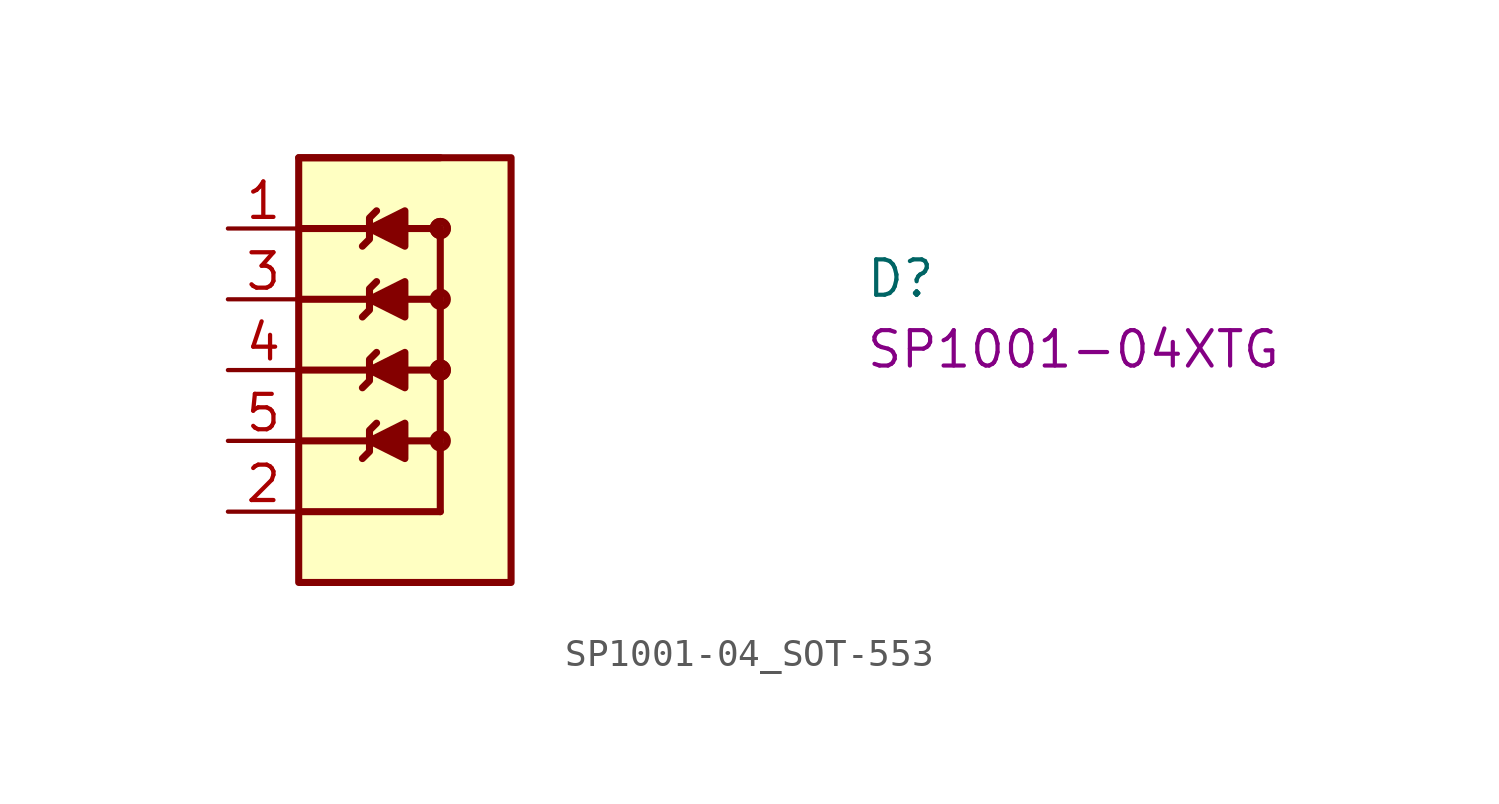
<source format=kicad_sym>
(kicad_symbol_lib
  (version 20220914)
  (generator kicad_symbol_editor)
  (symbol "SP1001-04_SOT-553"
    (pin_names hide)
    (property "Reference" "D"
      (at 22.86 -2.54 0)
      (effects (font (size 1.27 1.27) (thickness 0.15)) (justify left bottom)))
    (property "MPN" "SP1001-04XTG"
      (at 22.86 -5.08 0)
      (effects (font (size 1.27 1.27) (thickness 0.15)) (justify left bottom)))
    (symbol "SP1001-04_SOT-553_1_1"
      (polyline (pts (xy 2.54 -7.62) (xy 7.62 -7.62)) (stroke (width 0.254) (type default)) (fill (type background)))
      (polyline (pts (xy 2.54 -5.08) (xy 7.62 -5.08)) (stroke (width 0.254) (type default)) (fill (type background)))
      (polyline (pts (xy 2.54 -2.54) (xy 7.62 -2.54)) (stroke (width 0.254) (type default)) (fill (type background)))
      (polyline (pts (xy 2.54 0) (xy 7.62 0)) (stroke (width 0.254) (type default)) (fill (type background)))
      (polyline (pts (xy 2.54 2.54) (xy 7.62 2.54)) (stroke (width 0.254) (type default)) (fill (type background)))
      (polyline (pts (xy 7.62 -10.16) (xy 2.54 -10.16)) (stroke (width 0.254) (type default)) (fill (type background)))
      (polyline (pts (xy 7.62 0) (xy 7.62 -10.16)) (stroke (width 0.254) (type default)) (fill (type background)))
      (polyline (pts (xy 4.826 -8.255) (xy 5.08 -8.001) (xy 5.08 -7.239) (xy 5.334 -6.985)) (stroke (width 0.254) (type default)) (fill (type background)))
      (polyline (pts (xy 4.826 -5.715) (xy 5.08 -5.461) (xy 5.08 -4.699) (xy 5.334 -4.445)) (stroke (width 0.254) (type default)) (fill (type background)))
      (polyline (pts (xy 4.826 -3.175) (xy 5.08 -2.921) (xy 5.08 -2.159) (xy 5.334 -1.905)) (stroke (width 0.254) (type default)) (fill (type background)))
      (polyline (pts (xy 4.826 -0.635) (xy 5.08 -0.381) (xy 5.08 0.381) (xy 5.334 0.635)) (stroke (width 0.254) (type default)) (fill (type background)))
      (polyline (pts (xy 5.08 -5.08) (xy 6.35 -4.445) (xy 6.35 -5.715) (xy 5.08 -5.08)) (stroke (width 0.254) (type default)) (fill (type outline)))
      (polyline (pts (xy 5.08 0) (xy 6.35 0.635) (xy 6.35 -0.635) (xy 5.08 0)) (stroke (width 0.254) (type default)) (fill (type outline)))
      (polyline (pts (xy 6.35 -6.985) (xy 6.35 -8.255) (xy 5.08 -7.62) (xy 6.35 -6.985)) (stroke (width 0.254) (type default)) (fill (type outline)))
      (polyline (pts (xy 6.35 -1.905) (xy 6.35 -3.175) (xy 5.08 -2.54) (xy 6.35 -1.905)) (stroke (width 0.254) (type default)) (fill (type outline)))
      (rectangle (start 2.54 2.54) (end 10.16 -12.7) (stroke (width 0.254) (type default)) (fill (type background)))
      (circle (center 7.62 -7.62) (radius 0.254) (stroke (width 0.254) (type default)) (fill (type background)))
      (circle (center 7.62 -5.08) (radius 0.254) (stroke (width 0.254) (type default)) (fill (type background)))
      (circle (center 7.62 -5.08) (radius 0.254) (stroke (width 0.254) (type default)) (fill (type background)))
      (circle (center 7.62 -2.54) (radius 0.254) (stroke (width 0.254) (type default)) (fill (type background)))
      (circle (center 7.62 0) (radius 0.254) (stroke (width 0.254) (type default)) (fill (type background)))
      (circle (center 7.62 0) (radius 0.254) (stroke (width 0.254) (type default)) (fill (type background)))
      (pin passive line (at 0 0 0) (length 2.54) (name "1" (effects (font (size 1.27 1.27)))) (number "1" (effects (font (size 1.27 1.27)))))
      (pin passive line (at 0 -10.16 0) (length 2.54) (name "GND" (effects (font (size 1.27 1.27)))) (number "2" (effects (font (size 1.27 1.27)))))
      (pin passive line (at 0 -2.54 0) (length 2.54) (name "2" (effects (font (size 1.27 1.27)))) (number "3" (effects (font (size 1.27 1.27)))))
      (pin passive line (at 0 -5.08 0) (length 2.54) (name "4" (effects (font (size 1.27 1.27)))) (number "4" (effects (font (size 1.27 1.27)))))
      (pin passive line (at 0 -7.62 0) (length 2.54) (name "5" (effects (font (size 1.27 1.27)))) (number "5" (effects (font (size 1.27 1.27))))))))
</source>
